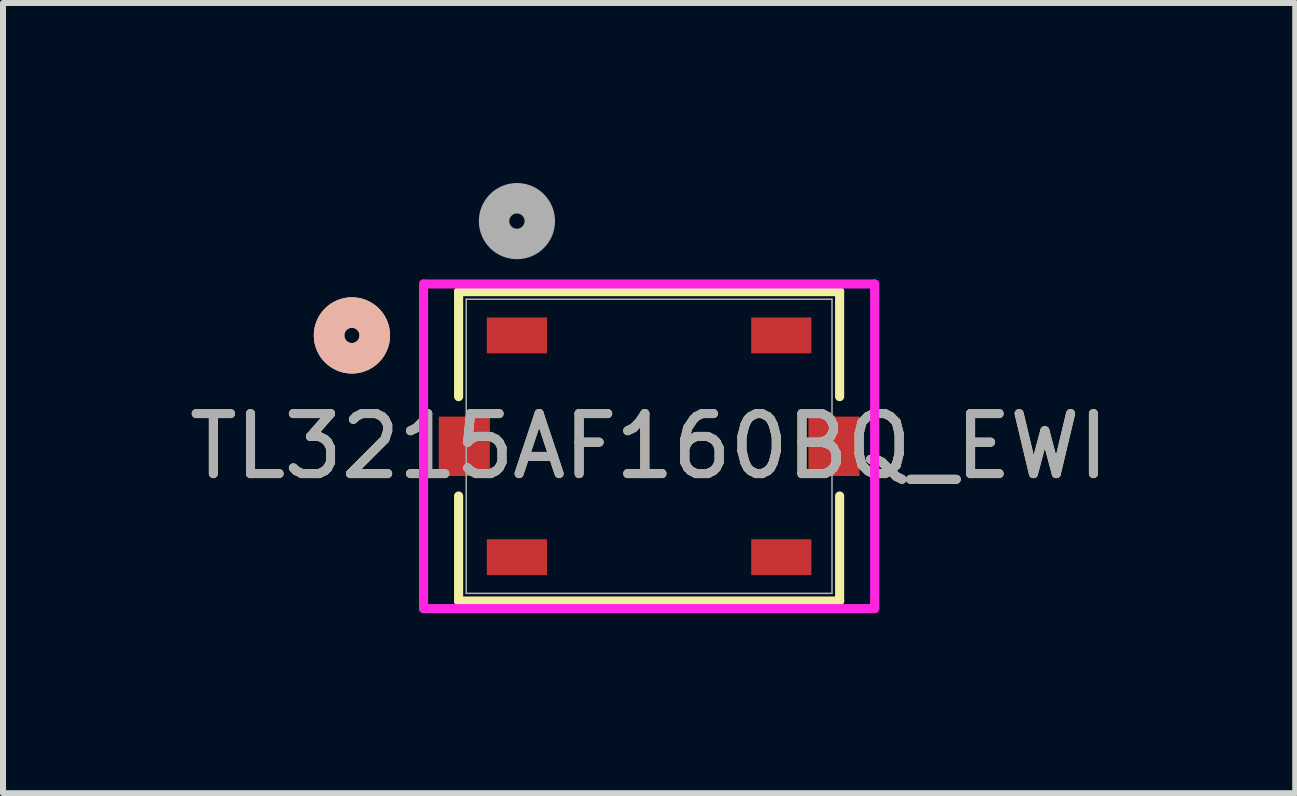
<source format=kicad_pcb>
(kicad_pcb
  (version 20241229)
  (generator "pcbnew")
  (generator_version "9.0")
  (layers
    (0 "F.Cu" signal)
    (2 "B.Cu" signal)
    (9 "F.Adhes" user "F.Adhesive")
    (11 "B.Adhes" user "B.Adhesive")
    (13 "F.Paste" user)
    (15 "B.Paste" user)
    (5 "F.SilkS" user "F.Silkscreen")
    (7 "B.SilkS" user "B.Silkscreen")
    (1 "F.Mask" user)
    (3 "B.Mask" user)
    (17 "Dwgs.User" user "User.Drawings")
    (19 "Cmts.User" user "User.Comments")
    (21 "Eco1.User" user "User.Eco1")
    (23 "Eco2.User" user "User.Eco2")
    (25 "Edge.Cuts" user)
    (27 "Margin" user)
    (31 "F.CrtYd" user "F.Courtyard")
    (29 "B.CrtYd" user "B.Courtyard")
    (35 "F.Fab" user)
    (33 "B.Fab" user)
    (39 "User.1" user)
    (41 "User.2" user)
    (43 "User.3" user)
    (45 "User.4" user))
  (footprint "TL3215AF160BQ_EWI"
    (layer "F.Cu")
    (at 7.768 4.388)
    (property "Reference" "TL3215AF160BQ_EWI" (at 0 0 0) (unlocked yes) (layer "F.SilkS") (effects (font (size 1 1) (thickness 0.15))))
    (attr smd)
    (fp_line (start -3.175 -2.578) (end -3.175 -0.828) (stroke (width 0.152) (type solid)) (layer "F.SilkS"))
    (fp_line (start -3.175 0.828) (end -3.175 2.578) (stroke (width 0.152) (type solid)) (layer "F.SilkS"))
    (fp_line (start -3.175 2.578) (end 3.175 2.578) (stroke (width 0.152) (type solid)) (layer "F.SilkS"))
    (fp_line (start 3.175 -2.578) (end -3.175 -2.578) (stroke (width 0.152) (type solid)) (layer "F.SilkS"))
    (fp_line (start 3.175 -0.828) (end 3.175 -2.578) (stroke (width 0.152) (type solid)) (layer "F.SilkS"))
    (fp_line (start 3.175 2.578) (end 3.175 0.828) (stroke (width 0.152) (type solid)) (layer "F.SilkS"))
    (fp_circle (center -4.953 -1.848) (end -4.572 -1.848) (stroke (width 0.508) (type solid)) (fill no) (layer "F.SilkS"))
    (fp_circle (center -4.953 -1.848) (end -4.572 -1.848) (stroke (width 0.508) (type solid)) (fill no) (layer "B.SilkS"))
    (fp_line (start -3.759 -2.705) (end -3.759 2.705) (stroke (width 0.152) (type solid)) (layer "F.CrtYd"))
    (fp_line (start -3.759 2.705) (end 3.759 2.705) (stroke (width 0.152) (type solid)) (layer "F.CrtYd"))
    (fp_line (start 3.759 -2.705) (end -3.759 -2.705) (stroke (width 0.152) (type solid)) (layer "F.CrtYd"))
    (fp_line (start 3.759 2.705) (end 3.759 -2.705) (stroke (width 0.152) (type solid)) (layer "F.CrtYd"))
    (fp_line (start -3.048 -2.451) (end -3.048 2.451) (stroke (width 0.025) (type solid)) (layer "F.Fab"))
    (fp_line (start -3.048 2.451) (end 3.048 2.451) (stroke (width 0.025) (type solid)) (layer "F.Fab"))
    (fp_line (start 3.048 -2.451) (end -3.048 -2.451) (stroke (width 0.025) (type solid)) (layer "F.Fab"))
    (fp_line (start 3.048 2.451) (end 3.048 -2.451) (stroke (width 0.025) (type solid)) (layer "F.Fab"))
    (fp_circle (center -2.203 -3.753) (end -1.822 -3.753) (stroke (width 0.508) (type solid)) (fill no) (layer "F.Fab"))
    (fp_text user "${REFERENCE}" (at 0 0 0) (unlocked yes) (layer "F.Fab") (effects (font (size 1 1) (thickness 0.15))))
    (pad "1" smd rect (at -2.203 -1.848) (size 1.003 0.597) (layers "F.Cu" "F.Mask" "F.Paste"))
    (pad "2" smd rect (at 2.203 -1.848) (size 1.003 0.597) (layers "F.Cu" "F.Mask" "F.Paste"))
    (pad "3" smd rect (at -2.203 1.848) (size 1.003 0.597) (layers "F.Cu" "F.Mask" "F.Paste"))
    (pad "4" smd rect (at 2.203 1.848) (size 1.003 0.597) (layers "F.Cu" "F.Mask" "F.Paste"))
    (pad "5" smd rect (at -3.08 0) (size 0.851 0.991) (layers "F.Cu" "F.Mask" "F.Paste"))
    (pad "6" smd rect (at 3.08 0) (size 0.851 0.991) (layers "F.Cu" "F.Mask" "F.Paste")))
  (gr_rect
    (start -3 -3)
    (end 18.536 10.169)
    (stroke (width 0.1) (type default))
    (fill no)
    (layer "Edge.Cuts")))
</source>
